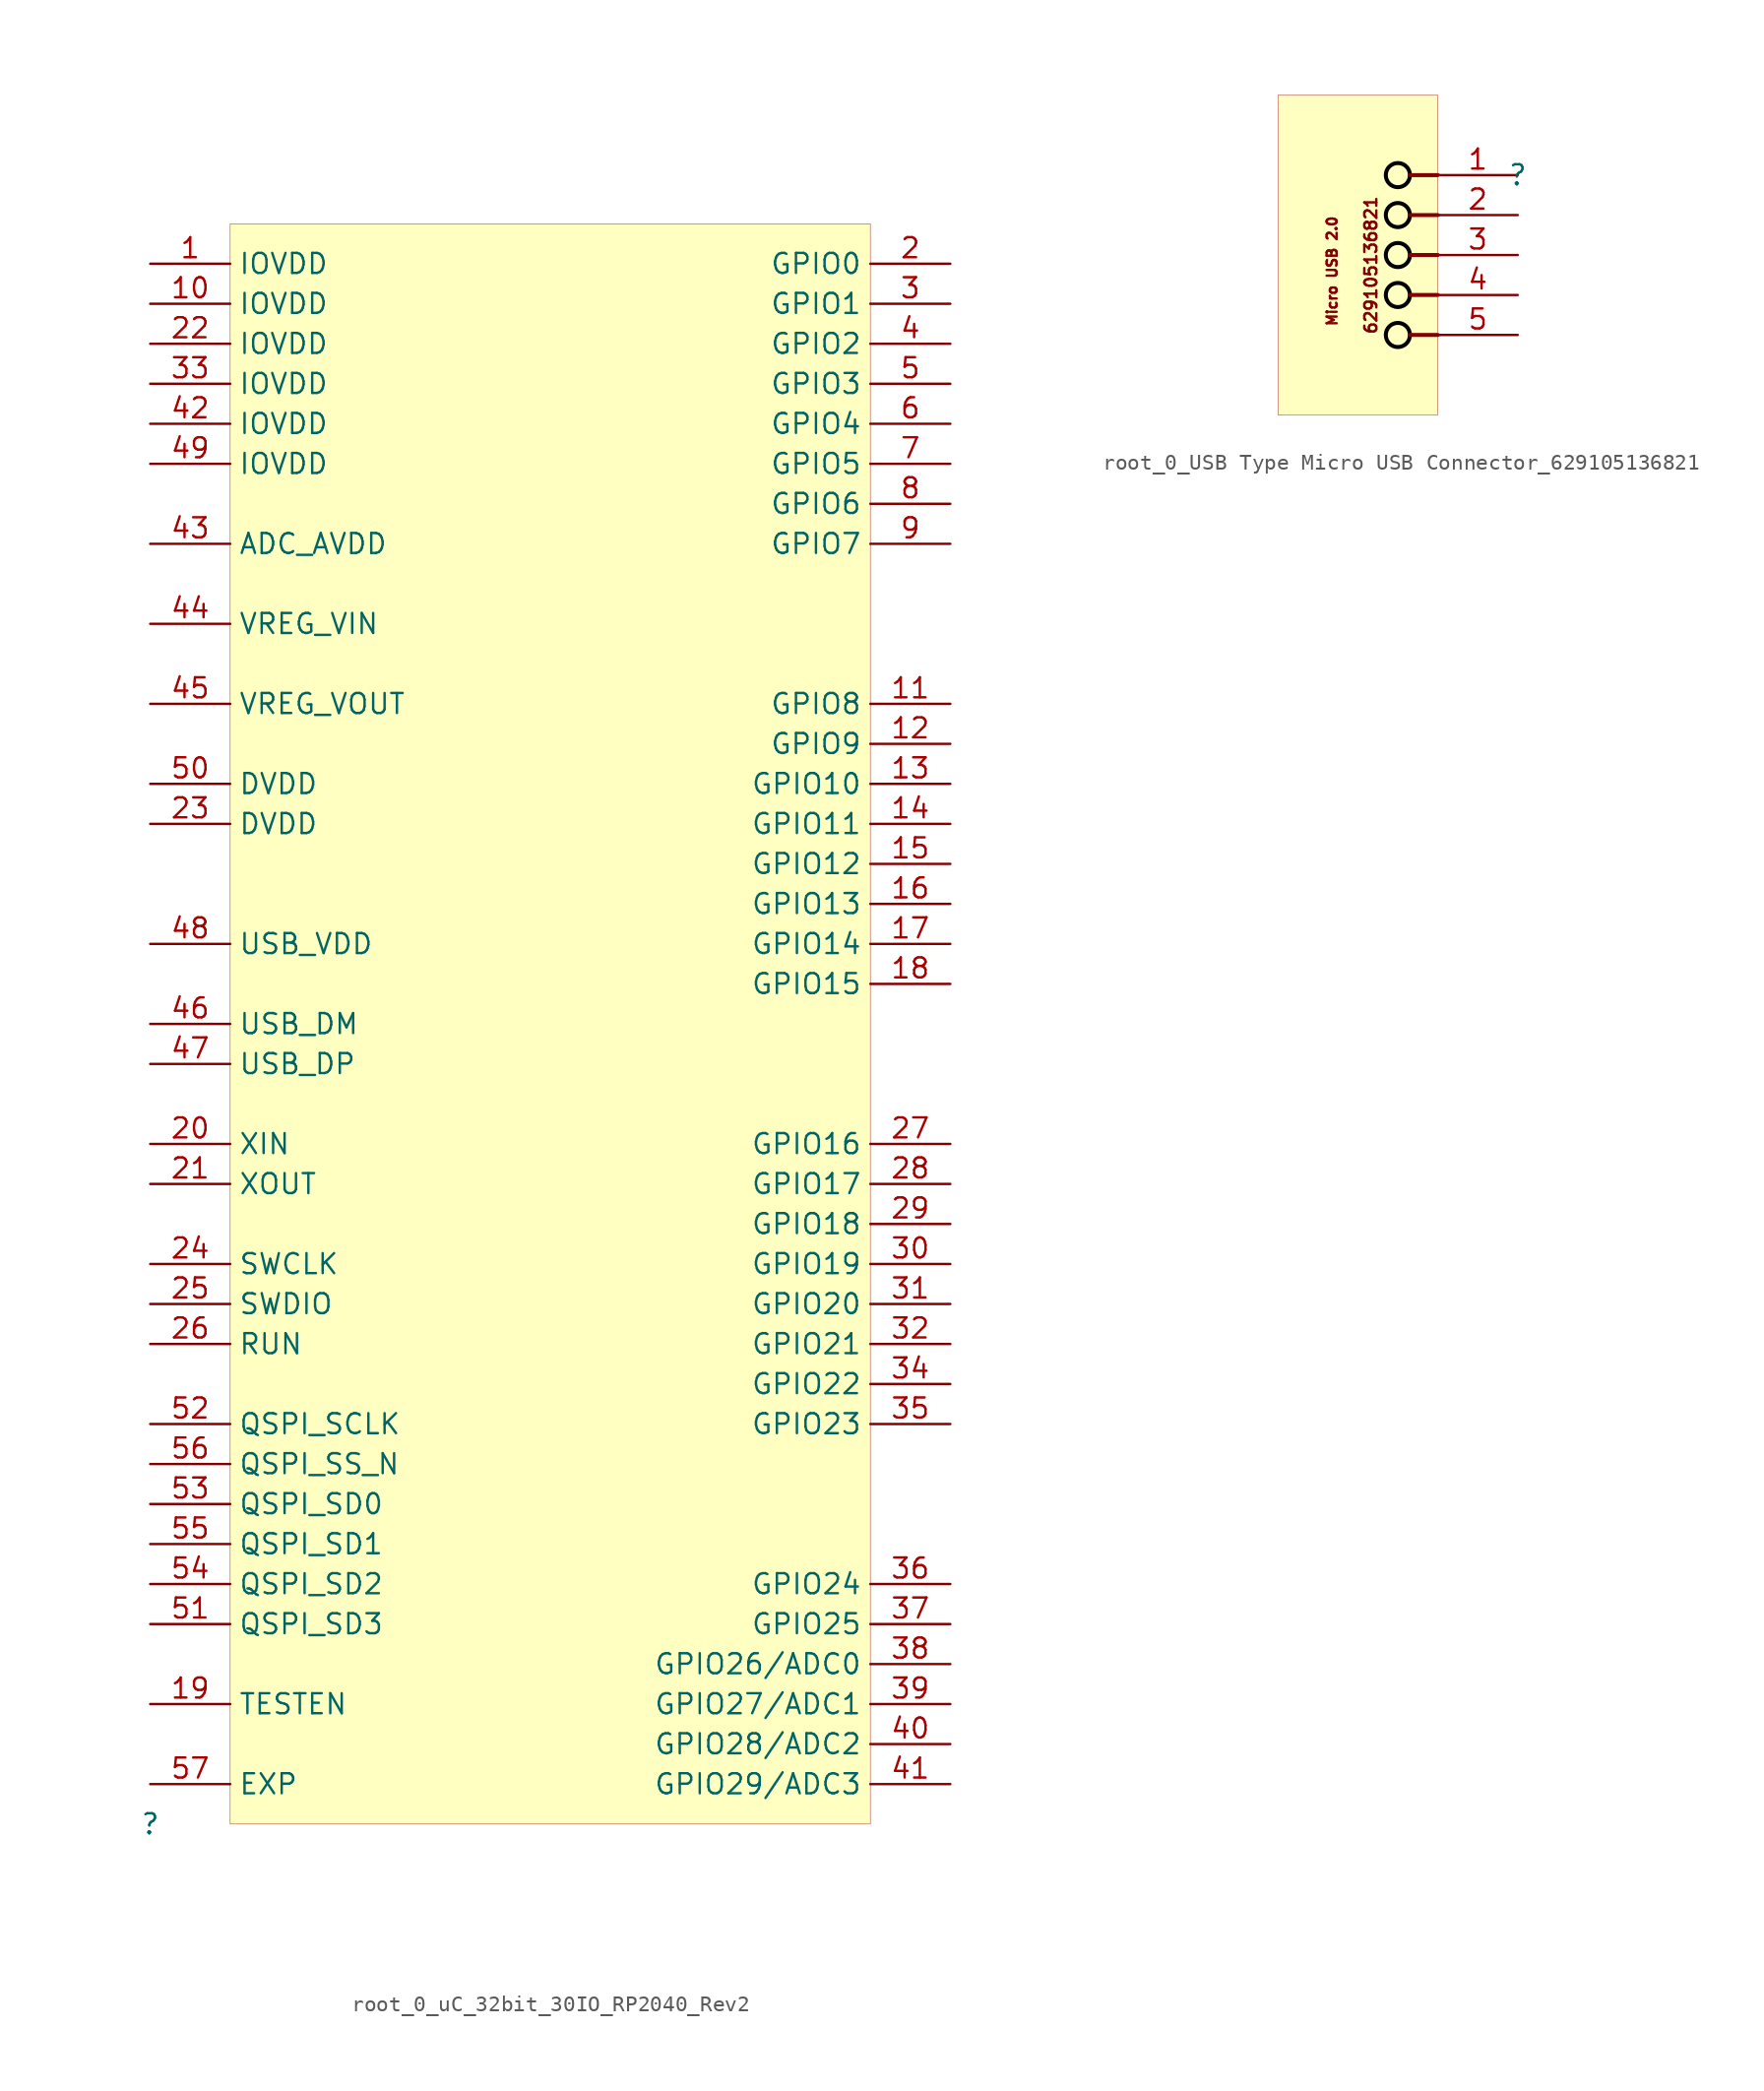
<source format=kicad_sym>
(kicad_symbol_lib
  (version 20231120)
  (generator "kicad_symbol_editor")
  (generator_version "8.0")
  (symbol "root_0_uC_32bit_30IO_RP2040_Rev2"
    (property "Reference" ""
      (at 0 0 0)
      (effects (font (size 1.27 1.27))))
    (property "Value" ""
      (at 0 0 0)
      (effects (font (size 1.27 1.27))))
    (symbol "root_0_uC_32bit_30IO_RP2040_Rev2_1_0"
      (rectangle (start 45.72 101.6) (end 5.08 0) (stroke (width 0.025) (type solid) (color 128 0 0 1)) (fill (type background)))
      (pin power_in line (at 0 99.06 0) (length 5.08) (name "IOVDD" (effects (font (size 1.27 1.27)))) (number "1" (effects (font (size 1.27 1.27)))))
      (pin power_in line (at 0 96.52 0) (length 5.08) (name "IOVDD" (effects (font (size 1.27 1.27)))) (number "10" (effects (font (size 1.27 1.27)))))
      (pin bidirectional line (at 50.8 71.12 180) (length 5.08) (name "GPIO8" (effects (font (size 1.27 1.27)))) (number "11" (effects (font (size 1.27 1.27)))))
      (pin bidirectional line (at 50.8 68.58 180) (length 5.08) (name "GPIO9" (effects (font (size 1.27 1.27)))) (number "12" (effects (font (size 1.27 1.27)))))
      (pin bidirectional line (at 50.8 66.04 180) (length 5.08) (name "GPIO10" (effects (font (size 1.27 1.27)))) (number "13" (effects (font (size 1.27 1.27)))))
      (pin bidirectional line (at 50.8 63.5 180) (length 5.08) (name "GPIO11" (effects (font (size 1.27 1.27)))) (number "14" (effects (font (size 1.27 1.27)))))
      (pin bidirectional line (at 50.8 60.96 180) (length 5.08) (name "GPIO12" (effects (font (size 1.27 1.27)))) (number "15" (effects (font (size 1.27 1.27)))))
      (pin bidirectional line (at 50.8 58.42 180) (length 5.08) (name "GPIO13" (effects (font (size 1.27 1.27)))) (number "16" (effects (font (size 1.27 1.27)))))
      (pin bidirectional line (at 50.8 55.88 180) (length 5.08) (name "GPIO14" (effects (font (size 1.27 1.27)))) (number "17" (effects (font (size 1.27 1.27)))))
      (pin bidirectional line (at 50.8 53.34 180) (length 5.08) (name "GPIO15" (effects (font (size 1.27 1.27)))) (number "18" (effects (font (size 1.27 1.27)))))
      (pin input line (at 0 7.62 0) (length 5.08) (name "TESTEN" (effects (font (size 1.27 1.27)))) (number "19" (effects (font (size 1.27 1.27)))))
      (pin bidirectional line (at 50.8 99.06 180) (length 5.08) (name "GPIO0" (effects (font (size 1.27 1.27)))) (number "2" (effects (font (size 1.27 1.27)))))
      (pin input line (at 0 43.18 0) (length 5.08) (name "XIN" (effects (font (size 1.27 1.27)))) (number "20" (effects (font (size 1.27 1.27)))))
      (pin output line (at 0 40.64 0) (length 5.08) (name "XOUT" (effects (font (size 1.27 1.27)))) (number "21" (effects (font (size 1.27 1.27)))))
      (pin power_in line (at 0 93.98 0) (length 5.08) (name "IOVDD" (effects (font (size 1.27 1.27)))) (number "22" (effects (font (size 1.27 1.27)))))
      (pin power_in line (at 0 63.5 0) (length 5.08) (name "DVDD" (effects (font (size 1.27 1.27)))) (number "23" (effects (font (size 1.27 1.27)))))
      (pin input line (at 0 35.56 0) (length 5.08) (name "SWCLK" (effects (font (size 1.27 1.27)))) (number "24" (effects (font (size 1.27 1.27)))))
      (pin bidirectional line (at 0 33.02 0) (length 5.08) (name "SWDIO" (effects (font (size 1.27 1.27)))) (number "25" (effects (font (size 1.27 1.27)))))
      (pin input line (at 0 30.48 0) (length 5.08) (name "RUN" (effects (font (size 1.27 1.27)))) (number "26" (effects (font (size 1.27 1.27)))))
      (pin bidirectional line (at 50.8 43.18 180) (length 5.08) (name "GPIO16" (effects (font (size 1.27 1.27)))) (number "27" (effects (font (size 1.27 1.27)))))
      (pin bidirectional line (at 50.8 40.64 180) (length 5.08) (name "GPIO17" (effects (font (size 1.27 1.27)))) (number "28" (effects (font (size 1.27 1.27)))))
      (pin bidirectional line (at 50.8 38.1 180) (length 5.08) (name "GPIO18" (effects (font (size 1.27 1.27)))) (number "29" (effects (font (size 1.27 1.27)))))
      (pin bidirectional line (at 50.8 96.52 180) (length 5.08) (name "GPIO1" (effects (font (size 1.27 1.27)))) (number "3" (effects (font (size 1.27 1.27)))))
      (pin bidirectional line (at 50.8 35.56 180) (length 5.08) (name "GPIO19" (effects (font (size 1.27 1.27)))) (number "30" (effects (font (size 1.27 1.27)))))
      (pin bidirectional line (at 50.8 33.02 180) (length 5.08) (name "GPIO20" (effects (font (size 1.27 1.27)))) (number "31" (effects (font (size 1.27 1.27)))))
      (pin bidirectional line (at 50.8 30.48 180) (length 5.08) (name "GPIO21" (effects (font (size 1.27 1.27)))) (number "32" (effects (font (size 1.27 1.27)))))
      (pin power_in line (at 0 91.44 0) (length 5.08) (name "IOVDD" (effects (font (size 1.27 1.27)))) (number "33" (effects (font (size 1.27 1.27)))))
      (pin bidirectional line (at 50.8 27.94 180) (length 5.08) (name "GPIO22" (effects (font (size 1.27 1.27)))) (number "34" (effects (font (size 1.27 1.27)))))
      (pin bidirectional line (at 50.8 25.4 180) (length 5.08) (name "GPIO23" (effects (font (size 1.27 1.27)))) (number "35" (effects (font (size 1.27 1.27)))))
      (pin bidirectional line (at 50.8 15.24 180) (length 5.08) (name "GPIO24" (effects (font (size 1.27 1.27)))) (number "36" (effects (font (size 1.27 1.27)))))
      (pin bidirectional line (at 50.8 12.7 180) (length 5.08) (name "GPIO25" (effects (font (size 1.27 1.27)))) (number "37" (effects (font (size 1.27 1.27)))))
      (pin bidirectional line (at 50.8 10.16 180) (length 5.08) (name "GPIO26/ADC0" (effects (font (size 1.27 1.27)))) (number "38" (effects (font (size 1.27 1.27)))))
      (pin bidirectional line (at 50.8 7.62 180) (length 5.08) (name "GPIO27/ADC1" (effects (font (size 1.27 1.27)))) (number "39" (effects (font (size 1.27 1.27)))))
      (pin bidirectional line (at 50.8 93.98 180) (length 5.08) (name "GPIO2" (effects (font (size 1.27 1.27)))) (number "4" (effects (font (size 1.27 1.27)))))
      (pin bidirectional line (at 50.8 5.08 180) (length 5.08) (name "GPIO28/ADC2" (effects (font (size 1.27 1.27)))) (number "40" (effects (font (size 1.27 1.27)))))
      (pin bidirectional line (at 50.8 2.54 180) (length 5.08) (name "GPIO29/ADC3" (effects (font (size 1.27 1.27)))) (number "41" (effects (font (size 1.27 1.27)))))
      (pin power_in line (at 0 88.9 0) (length 5.08) (name "IOVDD" (effects (font (size 1.27 1.27)))) (number "42" (effects (font (size 1.27 1.27)))))
      (pin open_emitter line (at 0 81.28 0) (length 5.08) (name "ADC_AVDD" (effects (font (size 1.27 1.27)))) (number "43" (effects (font (size 1.27 1.27)))))
      (pin power_in line (at 0 76.2 0) (length 5.08) (name "VREG_VIN" (effects (font (size 1.27 1.27)))) (number "44" (effects (font (size 1.27 1.27)))))
      (pin output line (at 0 71.12 0) (length 5.08) (name "VREG_VOUT" (effects (font (size 1.27 1.27)))) (number "45" (effects (font (size 1.27 1.27)))))
      (pin bidirectional line (at 0 50.8 0) (length 5.08) (name "USB_DM" (effects (font (size 1.27 1.27)))) (number "46" (effects (font (size 1.27 1.27)))))
      (pin bidirectional line (at 0 48.26 0) (length 5.08) (name "USB_DP" (effects (font (size 1.27 1.27)))) (number "47" (effects (font (size 1.27 1.27)))))
      (pin power_in line (at 0 55.88 0) (length 5.08) (name "USB_VDD" (effects (font (size 1.27 1.27)))) (number "48" (effects (font (size 1.27 1.27)))))
      (pin power_in line (at 0 86.36 0) (length 5.08) (name "IOVDD" (effects (font (size 1.27 1.27)))) (number "49" (effects (font (size 1.27 1.27)))))
      (pin bidirectional line (at 50.8 91.44 180) (length 5.08) (name "GPIO3" (effects (font (size 1.27 1.27)))) (number "5" (effects (font (size 1.27 1.27)))))
      (pin power_in line (at 0 66.04 0) (length 5.08) (name "DVDD" (effects (font (size 1.27 1.27)))) (number "50" (effects (font (size 1.27 1.27)))))
      (pin bidirectional line (at 0 12.7 0) (length 5.08) (name "QSPI_SD3" (effects (font (size 1.27 1.27)))) (number "51" (effects (font (size 1.27 1.27)))))
      (pin output line (at 0 25.4 0) (length 5.08) (name "QSPI_SCLK" (effects (font (size 1.27 1.27)))) (number "52" (effects (font (size 1.27 1.27)))))
      (pin bidirectional line (at 0 20.32 0) (length 5.08) (name "QSPI_SD0" (effects (font (size 1.27 1.27)))) (number "53" (effects (font (size 1.27 1.27)))))
      (pin bidirectional line (at 0 15.24 0) (length 5.08) (name "QSPI_SD2" (effects (font (size 1.27 1.27)))) (number "54" (effects (font (size 1.27 1.27)))))
      (pin bidirectional line (at 0 17.78 0) (length 5.08) (name "QSPI_SD1" (effects (font (size 1.27 1.27)))) (number "55" (effects (font (size 1.27 1.27)))))
      (pin output line (at 0 22.86 0) (length 5.08) (name "QSPI_SS_N" (effects (font (size 1.27 1.27)))) (number "56" (effects (font (size 1.27 1.27)))))
      (pin power_in line (at 0 2.54 0) (length 5.08) (name "EXP" (effects (font (size 1.27 1.27)))) (number "57" (effects (font (size 1.27 1.27)))))
      (pin bidirectional line (at 50.8 88.9 180) (length 5.08) (name "GPIO4" (effects (font (size 1.27 1.27)))) (number "6" (effects (font (size 1.27 1.27)))))
      (pin bidirectional line (at 50.8 86.36 180) (length 5.08) (name "GPIO5" (effects (font (size 1.27 1.27)))) (number "7" (effects (font (size 1.27 1.27)))))
      (pin bidirectional line (at 50.8 83.82 180) (length 5.08) (name "GPIO6" (effects (font (size 1.27 1.27)))) (number "8" (effects (font (size 1.27 1.27)))))
      (pin bidirectional line (at 50.8 81.28 180) (length 5.08) (name "GPIO7" (effects (font (size 1.27 1.27)))) (number "9" (effects (font (size 1.27 1.27)))))))
  (symbol "root_0_USB Type Micro USB Connector_629105136821"
    (property "Reference" ""
      (at 0 0 0)
      (effects (font (size 1.27 1.27))))
    (property "Value" ""
      (at 0 0 0)
      (effects (font (size 1.27 1.27))))
    (symbol "root_0_USB Type Micro USB Connector_629105136821_1_0"
      (circle (center -7.62 -10.16) (radius 0.767) (stroke (width 0.254) (type solid) (color 0 0 0 1)) (fill (type none)))
      (circle (center -7.62 -7.62) (radius 0.767) (stroke (width 0.254) (type solid) (color 0 0 0 1)) (fill (type none)))
      (circle (center -7.62 -5.08) (radius 0.767) (stroke (width 0.254) (type solid) (color 0 0 0 1)) (fill (type none)))
      (circle (center -7.62 -2.54) (radius 0.767) (stroke (width 0.254) (type solid) (color 0 0 0 1)) (fill (type none)))
      (circle (center -7.62 0) (radius 0.767) (stroke (width 0.254) (type solid) (color 0 0 0 1)) (fill (type none)))
      (rectangle (start -5.08 5.08) (end -15.24 -15.24) (stroke (width 0.025) (type solid) (color 152 0 0 1)) (fill (type background)))
      (polyline (pts (xy -5.08 -10.16) (xy -6.858 -10.16)) (stroke (width 0.254) (type solid)) (fill (type none)))
      (polyline (pts (xy -5.08 -7.62) (xy -6.858 -7.62)) (stroke (width 0.254) (type solid)) (fill (type none)))
      (polyline (pts (xy -5.08 -5.08) (xy -6.858 -5.08)) (stroke (width 0.254) (type solid)) (fill (type none)))
      (polyline (pts (xy -5.08 -2.54) (xy -6.858 -2.54)) (stroke (width 0.254) (type solid)) (fill (type none)))
      (polyline (pts (xy -5.08 0) (xy -6.858 0)) (stroke (width 0.254) (type solid)) (fill (type none)))
      (text "629105136821" (at -8.89 -1.27 900) (effects (font (size 0.762 0.762)) (justify right bottom)))
      (text "Micro USB 2.0" (at -11.43 -2.54 900) (effects (font (size 0.635 0.635)) (justify right bottom)))
      (pin passive line (at 0 0 180) (length 5.08) (name "1" (effects (font (size 0 0)))) (number "1" (effects (font (size 1.27 1.27)))))
      (pin passive line (at 0 -2.54 180) (length 5.08) (name "2" (effects (font (size 0 0)))) (number "2" (effects (font (size 1.27 1.27)))))
      (pin passive line (at 0 -5.08 180) (length 5.08) (name "3" (effects (font (size 0 0)))) (number "3" (effects (font (size 1.27 1.27)))))
      (pin passive line (at 0 -7.62 180) (length 5.08) (name "4" (effects (font (size 0 0)))) (number "4" (effects (font (size 1.27 1.27)))))
      (pin passive line (at 0 -10.16 180) (length 5.08) (name "5" (effects (font (size 0 0)))) (number "5" (effects (font (size 1.27 1.27))))))))
</source>
